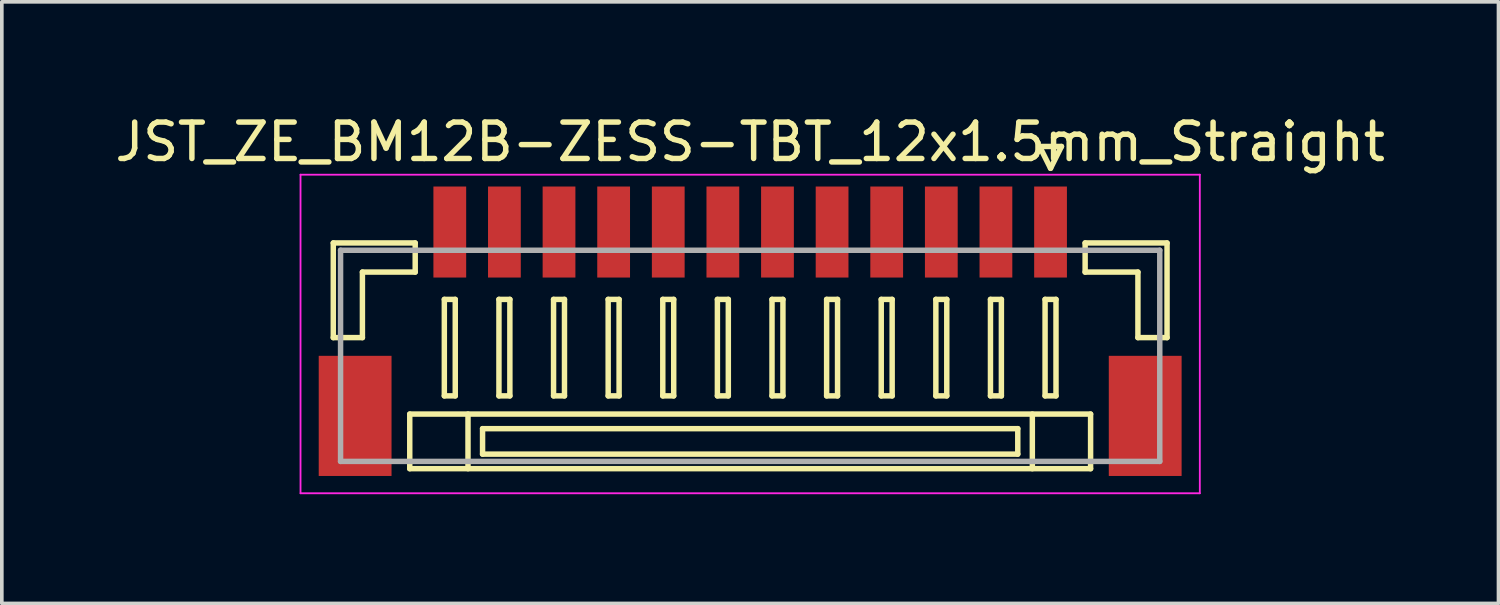
<source format=kicad_pcb>
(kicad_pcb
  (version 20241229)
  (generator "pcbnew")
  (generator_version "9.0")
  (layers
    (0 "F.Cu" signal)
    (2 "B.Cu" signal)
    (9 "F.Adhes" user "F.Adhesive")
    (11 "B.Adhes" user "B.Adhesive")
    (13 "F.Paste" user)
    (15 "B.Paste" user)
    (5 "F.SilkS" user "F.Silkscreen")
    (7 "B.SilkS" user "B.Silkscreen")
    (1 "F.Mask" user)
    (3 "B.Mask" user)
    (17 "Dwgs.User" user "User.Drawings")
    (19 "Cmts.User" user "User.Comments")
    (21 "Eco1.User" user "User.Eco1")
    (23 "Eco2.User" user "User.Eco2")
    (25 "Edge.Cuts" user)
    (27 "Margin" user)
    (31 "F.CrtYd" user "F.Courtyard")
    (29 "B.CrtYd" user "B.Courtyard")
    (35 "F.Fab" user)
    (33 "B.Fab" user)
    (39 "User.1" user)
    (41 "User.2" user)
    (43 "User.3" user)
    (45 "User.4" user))
  (footprint "JST_ZE_BM12B-ZESS-TBT_12x1.5mm_Straight"
    (layer "F.Cu")
    (at 17.554 5.848)
    (property "Reference" "JST_ZE_BM12B-ZESS-TBT_12x1.5mm_Straight" (at 0 -5 0) (layer "F.SilkS") (effects (font (size 1 1) (thickness 0.15))))
    (attr smd)
    (fp_line (start -11.45 -2.225) (end -11.45 0.375) (stroke (width 0.15) (type solid)) (layer "F.SilkS"))
    (fp_line (start -11.45 0.375) (end -10.65 0.375) (stroke (width 0.15) (type solid)) (layer "F.SilkS"))
    (fp_line (start -10.65 -1.425) (end -9.2 -1.425) (stroke (width 0.15) (type solid)) (layer "F.SilkS"))
    (fp_line (start -10.65 0.375) (end -10.65 -1.425) (stroke (width 0.15) (type solid)) (layer "F.SilkS"))
    (fp_line (start -9.35 2.475) (end -9.35 3.975) (stroke (width 0.15) (type solid)) (layer "F.SilkS"))
    (fp_line (start -9.35 3.975) (end 9.35 3.975) (stroke (width 0.15) (type solid)) (layer "F.SilkS"))
    (fp_line (start -9.2 -2.225) (end -11.45 -2.225) (stroke (width 0.15) (type solid)) (layer "F.SilkS"))
    (fp_line (start -9.2 -1.425) (end -9.2 -2.225) (stroke (width 0.15) (type solid)) (layer "F.SilkS"))
    (fp_line (start -8.4 -0.675) (end -8.4 1.975) (stroke (width 0.15) (type solid)) (layer "F.SilkS"))
    (fp_line (start -8.4 1.975) (end -8.1 1.975) (stroke (width 0.15) (type solid)) (layer "F.SilkS"))
    (fp_line (start -8.1 -0.675) (end -8.4 -0.675) (stroke (width 0.15) (type solid)) (layer "F.SilkS"))
    (fp_line (start -8.1 1.975) (end -8.1 -0.675) (stroke (width 0.15) (type solid)) (layer "F.SilkS"))
    (fp_line (start -7.75 2.475) (end -7.75 3.975) (stroke (width 0.15) (type solid)) (layer "F.SilkS"))
    (fp_line (start -7.35 2.875) (end -7.35 3.575) (stroke (width 0.15) (type solid)) (layer "F.SilkS"))
    (fp_line (start -7.35 3.575) (end 7.35 3.575) (stroke (width 0.15) (type solid)) (layer "F.SilkS"))
    (fp_line (start -6.9 -0.675) (end -6.9 1.975) (stroke (width 0.15) (type solid)) (layer "F.SilkS"))
    (fp_line (start -6.9 1.975) (end -6.6 1.975) (stroke (width 0.15) (type solid)) (layer "F.SilkS"))
    (fp_line (start -6.6 -0.675) (end -6.9 -0.675) (stroke (width 0.15) (type solid)) (layer "F.SilkS"))
    (fp_line (start -6.6 1.975) (end -6.6 -0.675) (stroke (width 0.15) (type solid)) (layer "F.SilkS"))
    (fp_line (start -5.4 -0.675) (end -5.4 1.975) (stroke (width 0.15) (type solid)) (layer "F.SilkS"))
    (fp_line (start -5.4 1.975) (end -5.1 1.975) (stroke (width 0.15) (type solid)) (layer "F.SilkS"))
    (fp_line (start -5.1 -0.675) (end -5.4 -0.675) (stroke (width 0.15) (type solid)) (layer "F.SilkS"))
    (fp_line (start -5.1 1.975) (end -5.1 -0.675) (stroke (width 0.15) (type solid)) (layer "F.SilkS"))
    (fp_line (start -3.9 -0.675) (end -3.9 1.975) (stroke (width 0.15) (type solid)) (layer "F.SilkS"))
    (fp_line (start -3.9 1.975) (end -3.6 1.975) (stroke (width 0.15) (type solid)) (layer "F.SilkS"))
    (fp_line (start -3.6 -0.675) (end -3.9 -0.675) (stroke (width 0.15) (type solid)) (layer "F.SilkS"))
    (fp_line (start -3.6 1.975) (end -3.6 -0.675) (stroke (width 0.15) (type solid)) (layer "F.SilkS"))
    (fp_line (start -2.4 -0.675) (end -2.4 1.975) (stroke (width 0.15) (type solid)) (layer "F.SilkS"))
    (fp_line (start -2.4 1.975) (end -2.1 1.975) (stroke (width 0.15) (type solid)) (layer "F.SilkS"))
    (fp_line (start -2.1 -0.675) (end -2.4 -0.675) (stroke (width 0.15) (type solid)) (layer "F.SilkS"))
    (fp_line (start -2.1 1.975) (end -2.1 -0.675) (stroke (width 0.15) (type solid)) (layer "F.SilkS"))
    (fp_line (start -0.9 -0.675) (end -0.9 1.975) (stroke (width 0.15) (type solid)) (layer "F.SilkS"))
    (fp_line (start -0.9 1.975) (end -0.6 1.975) (stroke (width 0.15) (type solid)) (layer "F.SilkS"))
    (fp_line (start -0.6 -0.675) (end -0.9 -0.675) (stroke (width 0.15) (type solid)) (layer "F.SilkS"))
    (fp_line (start -0.6 1.975) (end -0.6 -0.675) (stroke (width 0.15) (type solid)) (layer "F.SilkS"))
    (fp_line (start 0.6 -0.675) (end 0.6 1.975) (stroke (width 0.15) (type solid)) (layer "F.SilkS"))
    (fp_line (start 0.6 1.975) (end 0.9 1.975) (stroke (width 0.15) (type solid)) (layer "F.SilkS"))
    (fp_line (start 0.9 -0.675) (end 0.6 -0.675) (stroke (width 0.15) (type solid)) (layer "F.SilkS"))
    (fp_line (start 0.9 1.975) (end 0.9 -0.675) (stroke (width 0.15) (type solid)) (layer "F.SilkS"))
    (fp_line (start 2.1 -0.675) (end 2.1 1.975) (stroke (width 0.15) (type solid)) (layer "F.SilkS"))
    (fp_line (start 2.1 1.975) (end 2.4 1.975) (stroke (width 0.15) (type solid)) (layer "F.SilkS"))
    (fp_line (start 2.4 -0.675) (end 2.1 -0.675) (stroke (width 0.15) (type solid)) (layer "F.SilkS"))
    (fp_line (start 2.4 1.975) (end 2.4 -0.675) (stroke (width 0.15) (type solid)) (layer "F.SilkS"))
    (fp_line (start 3.6 -0.675) (end 3.6 1.975) (stroke (width 0.15) (type solid)) (layer "F.SilkS"))
    (fp_line (start 3.6 1.975) (end 3.9 1.975) (stroke (width 0.15) (type solid)) (layer "F.SilkS"))
    (fp_line (start 3.9 -0.675) (end 3.6 -0.675) (stroke (width 0.15) (type solid)) (layer "F.SilkS"))
    (fp_line (start 3.9 1.975) (end 3.9 -0.675) (stroke (width 0.15) (type solid)) (layer "F.SilkS"))
    (fp_line (start 5.1 -0.675) (end 5.1 1.975) (stroke (width 0.15) (type solid)) (layer "F.SilkS"))
    (fp_line (start 5.1 1.975) (end 5.4 1.975) (stroke (width 0.15) (type solid)) (layer "F.SilkS"))
    (fp_line (start 5.4 -0.675) (end 5.1 -0.675) (stroke (width 0.15) (type solid)) (layer "F.SilkS"))
    (fp_line (start 5.4 1.975) (end 5.4 -0.675) (stroke (width 0.15) (type solid)) (layer "F.SilkS"))
    (fp_line (start 6.6 -0.675) (end 6.6 1.975) (stroke (width 0.15) (type solid)) (layer "F.SilkS"))
    (fp_line (start 6.6 1.975) (end 6.9 1.975) (stroke (width 0.15) (type solid)) (layer "F.SilkS"))
    (fp_line (start 6.9 -0.675) (end 6.6 -0.675) (stroke (width 0.15) (type solid)) (layer "F.SilkS"))
    (fp_line (start 6.9 1.975) (end 6.9 -0.675) (stroke (width 0.15) (type solid)) (layer "F.SilkS"))
    (fp_line (start 7.35 2.875) (end -7.35 2.875) (stroke (width 0.15) (type solid)) (layer "F.SilkS"))
    (fp_line (start 7.35 3.575) (end 7.35 2.875) (stroke (width 0.15) (type solid)) (layer "F.SilkS"))
    (fp_line (start 7.75 2.475) (end 7.75 3.975) (stroke (width 0.15) (type solid)) (layer "F.SilkS"))
    (fp_line (start 7.95 -4.875) (end 8.25 -4.275) (stroke (width 0.15) (type solid)) (layer "F.SilkS"))
    (fp_line (start 8.1 -0.675) (end 8.1 1.975) (stroke (width 0.15) (type solid)) (layer "F.SilkS"))
    (fp_line (start 8.1 1.975) (end 8.4 1.975) (stroke (width 0.15) (type solid)) (layer "F.SilkS"))
    (fp_line (start 8.25 -4.275) (end 8.55 -4.875) (stroke (width 0.15) (type solid)) (layer "F.SilkS"))
    (fp_line (start 8.4 -0.675) (end 8.1 -0.675) (stroke (width 0.15) (type solid)) (layer "F.SilkS"))
    (fp_line (start 8.4 1.975) (end 8.4 -0.675) (stroke (width 0.15) (type solid)) (layer "F.SilkS"))
    (fp_line (start 8.55 -4.875) (end 7.95 -4.875) (stroke (width 0.15) (type solid)) (layer "F.SilkS"))
    (fp_line (start 9.2 -2.225) (end 11.45 -2.225) (stroke (width 0.15) (type solid)) (layer "F.SilkS"))
    (fp_line (start 9.2 -1.425) (end 9.2 -2.225) (stroke (width 0.15) (type solid)) (layer "F.SilkS"))
    (fp_line (start 9.35 2.475) (end -9.35 2.475) (stroke (width 0.15) (type solid)) (layer "F.SilkS"))
    (fp_line (start 9.35 3.975) (end 9.35 2.475) (stroke (width 0.15) (type solid)) (layer "F.SilkS"))
    (fp_line (start 10.65 -1.425) (end 9.2 -1.425) (stroke (width 0.15) (type solid)) (layer "F.SilkS"))
    (fp_line (start 10.65 0.375) (end 10.65 -1.425) (stroke (width 0.15) (type solid)) (layer "F.SilkS"))
    (fp_line (start 11.45 -2.225) (end 11.45 0.375) (stroke (width 0.15) (type solid)) (layer "F.SilkS"))
    (fp_line (start 11.45 0.375) (end 10.65 0.375) (stroke (width 0.15) (type solid)) (layer "F.SilkS"))
    (fp_line (start -12.35 -4.1) (end -12.35 4.65) (stroke (width 0.05) (type solid)) (layer "F.CrtYd"))
    (fp_line (start -12.35 4.65) (end 12.35 4.65) (stroke (width 0.05) (type solid)) (layer "F.CrtYd"))
    (fp_line (start 12.35 -4.1) (end -12.35 -4.1) (stroke (width 0.05) (type solid)) (layer "F.CrtYd"))
    (fp_line (start 12.35 4.65) (end 12.35 -4.1) (stroke (width 0.05) (type solid)) (layer "F.CrtYd"))
    (fp_line (start -11.25 -2.025) (end -11.25 3.775) (stroke (width 0.15) (type solid)) (layer "F.Fab"))
    (fp_line (start -11.25 3.775) (end 11.25 3.775) (stroke (width 0.15) (type solid)) (layer "F.Fab"))
    (fp_line (start 11.25 -2.025) (end -11.25 -2.025) (stroke (width 0.15) (type solid)) (layer "F.Fab"))
    (fp_line (start 11.25 3.775) (end 11.25 -2.025) (stroke (width 0.15) (type solid)) (layer "F.Fab"))
    (pad "" smd rect (at -10.85 2.525) (size 2 3.3) (layers "F.Cu" "F.Mask" "F.Paste"))
    (pad "" smd rect (at 10.85 2.525) (size 2 3.3) (layers "F.Cu" "F.Mask" "F.Paste"))
    (pad "1" smd rect (at 8.25 -2.525) (size 0.9 2.5) (layers "F.Cu" "F.Mask" "F.Paste"))
    (pad "2" smd rect (at 6.75 -2.525) (size 0.9 2.5) (layers "F.Cu" "F.Mask" "F.Paste"))
    (pad "3" smd rect (at 5.25 -2.525) (size 0.9 2.5) (layers "F.Cu" "F.Mask" "F.Paste"))
    (pad "4" smd rect (at 3.75 -2.525) (size 0.9 2.5) (layers "F.Cu" "F.Mask" "F.Paste"))
    (pad "5" smd rect (at 2.25 -2.525) (size 0.9 2.5) (layers "F.Cu" "F.Mask" "F.Paste"))
    (pad "6" smd rect (at 0.75 -2.525) (size 0.9 2.5) (layers "F.Cu" "F.Mask" "F.Paste"))
    (pad "7" smd rect (at -0.75 -2.525) (size 0.9 2.5) (layers "F.Cu" "F.Mask" "F.Paste"))
    (pad "8" smd rect (at -2.25 -2.525) (size 0.9 2.5) (layers "F.Cu" "F.Mask" "F.Paste"))
    (pad "9" smd rect (at -3.75 -2.525) (size 0.9 2.5) (layers "F.Cu" "F.Mask" "F.Paste"))
    (pad "10" smd rect (at -5.25 -2.525) (size 0.9 2.5) (layers "F.Cu" "F.Mask" "F.Paste"))
    (pad "11" smd rect (at -6.75 -2.525) (size 0.9 2.5) (layers "F.Cu" "F.Mask" "F.Paste"))
    (pad "12" smd rect (at -8.25 -2.525) (size 0.9 2.5) (layers "F.Cu" "F.Mask" "F.Paste")))
  (gr_rect
    (start -3 -3)
    (end 38.107 13.523)
    (stroke (width 0.1) (type default))
    (fill no)
    (layer "Edge.Cuts")))
</source>
